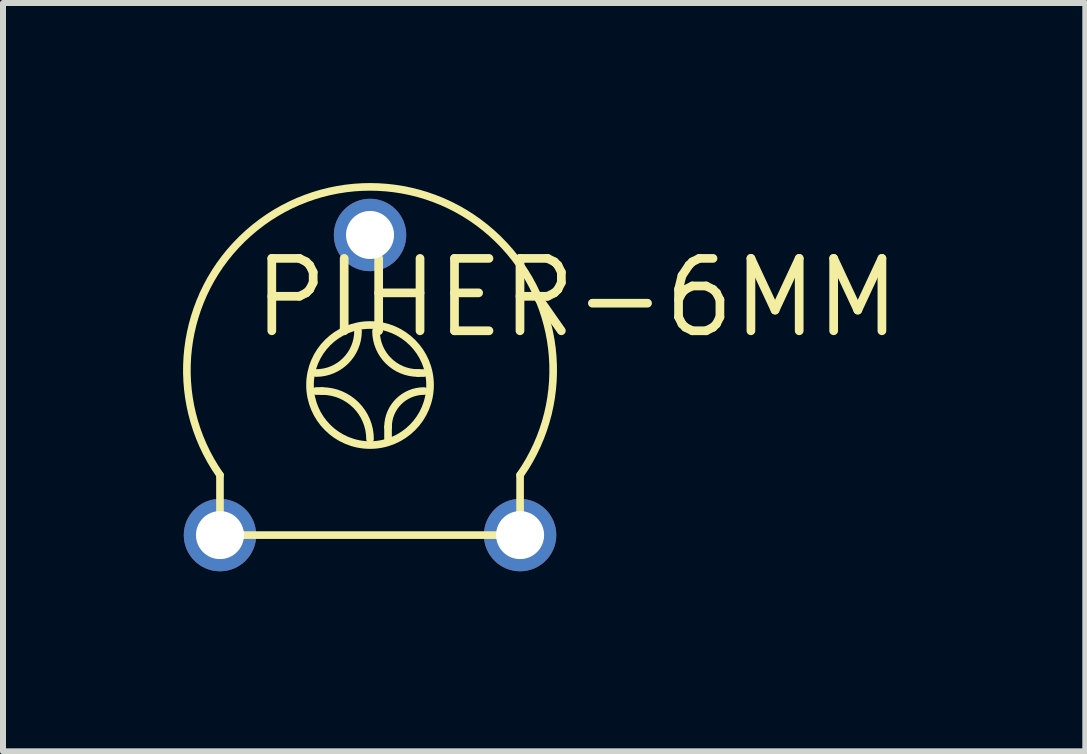
<source format=kicad_pcb>
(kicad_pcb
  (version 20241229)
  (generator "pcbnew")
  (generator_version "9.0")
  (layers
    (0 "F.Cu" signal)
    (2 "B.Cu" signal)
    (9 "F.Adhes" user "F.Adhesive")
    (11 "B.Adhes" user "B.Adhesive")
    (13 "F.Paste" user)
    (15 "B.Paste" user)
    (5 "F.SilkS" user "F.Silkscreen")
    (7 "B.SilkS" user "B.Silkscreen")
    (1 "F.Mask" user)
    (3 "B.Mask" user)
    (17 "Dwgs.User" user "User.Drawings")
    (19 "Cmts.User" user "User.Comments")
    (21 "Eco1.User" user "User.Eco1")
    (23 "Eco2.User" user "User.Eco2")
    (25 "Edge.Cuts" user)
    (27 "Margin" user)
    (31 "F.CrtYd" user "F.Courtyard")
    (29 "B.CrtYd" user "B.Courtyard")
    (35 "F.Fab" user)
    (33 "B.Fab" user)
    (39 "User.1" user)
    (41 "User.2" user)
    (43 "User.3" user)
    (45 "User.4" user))
  (footprint "PIHER-6MM"
    (layer "F.Cu")
    (at 3.115 3.365)
    (property "Reference" "PIHER-6MM" (at -2.019 -0.749 0) (layer "F.SilkS") (effects (font (size 1.206 1.206) (thickness 0.145)) (justify left bottom)))
    (attr through_hole)
    (fp_line (start -2.5 1.5) (end -2.5 2.5) (stroke (width 0.127) (type solid)) (layer "F.SilkS"))
    (fp_line (start -2.5 2.5) (end 2.5 2.5) (stroke (width 0.127) (type solid)) (layer "F.SilkS"))
    (fp_line (start -0.9 0.1) (end -0.8 0.1) (stroke (width 0.127) (type solid)) (layer "F.SilkS"))
    (fp_line (start 0.3 0.9) (end 0.3 0.7) (stroke (width 0.127) (type solid)) (layer "F.SilkS"))
    (fp_line (start 0.9 -0.2) (end 0.8 -0.2) (stroke (width 0.127) (type solid)) (layer "F.SilkS"))
    (fp_line (start 2.5 2.5) (end 2.5 1.5) (stroke (width 0.127) (type solid)) (layer "F.SilkS"))
    (fp_arc (start -2.5 1.5) (mid 0.000001 -3.301637) (end 2.499999 1.500001) (stroke (width 0.127) (type solid)) (layer "F.SilkS"))
    (fp_arc (start -0.8 0.1) (mid -0.234315 0.334315) (end 0 0.9) (stroke (width 0.127) (type solid)) (layer "F.SilkS"))
    (fp_arc (start -0.2 -0.9) (mid -0.405025 -0.405025) (end -0.9 -0.2) (stroke (width 0.127) (type solid)) (layer "F.SilkS"))
    (fp_arc (start 0.3 0.7) (mid 0.475736 0.275736) (end 0.9 0.1) (stroke (width 0.127) (type solid)) (layer "F.SilkS"))
    (fp_arc (start 0.8 -0.2) (mid 0.305025 -0.405025) (end 0.1 -0.9) (stroke (width 0.127) (type solid)) (layer "F.SilkS"))
    (fp_circle (center 0 0) (end 1 0) (stroke (width 0.127) (type solid)) (fill no) (layer "F.SilkS"))
    (pad "1" thru_hole circle (at -2.5 2.5) (size 1.206 1.206) (drill 0.8) (layers "*.Cu" "*.Mask"))
    (pad "2" thru_hole circle (at 0 -2.5) (size 1.206 1.206) (drill 0.8) (layers "*.Cu" "*.Mask"))
    (pad "3" thru_hole circle (at 2.5 2.5) (size 1.206 1.206) (drill 0.8) (layers "*.Cu" "*.Mask")))
  (gr_rect
    (start -3 -3)
    (end 15.032 9.468)
    (stroke (width 0.1) (type default))
    (fill no)
    (layer "Edge.Cuts")))
</source>
